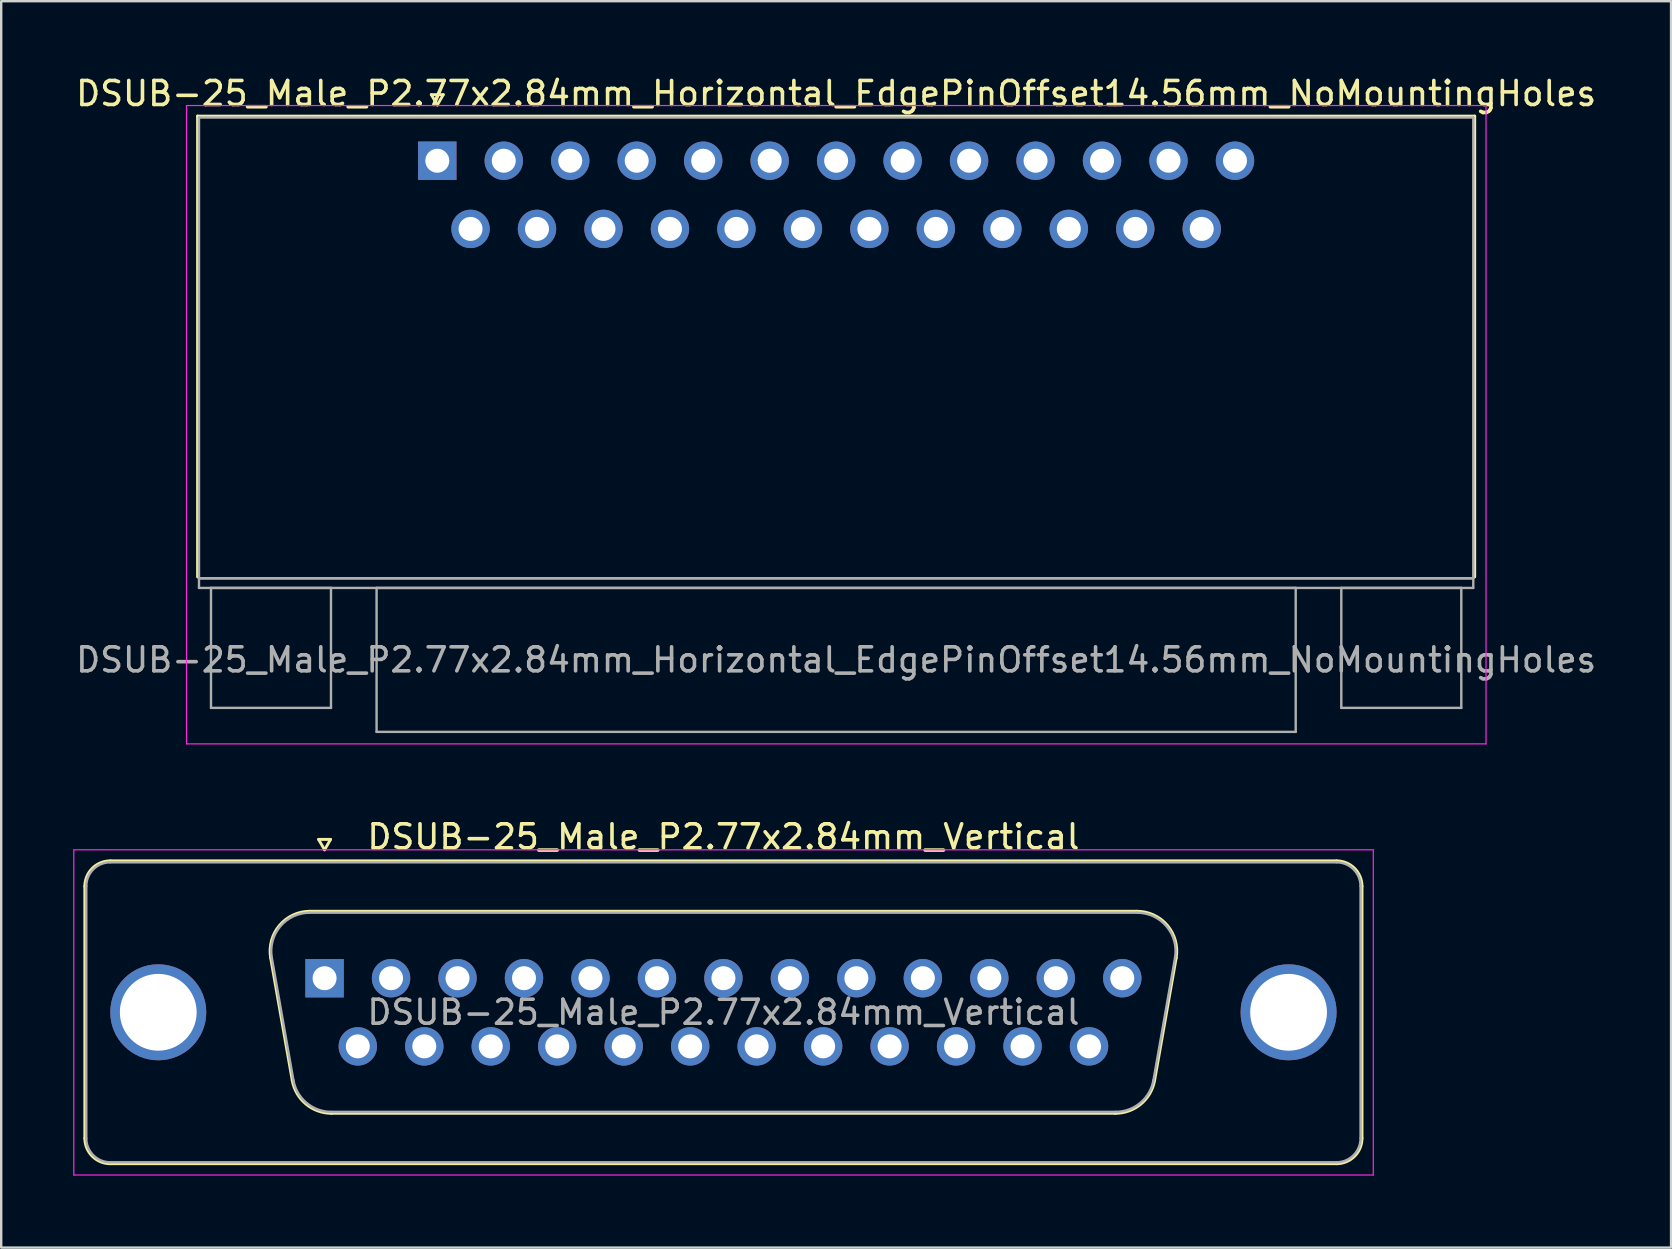
<source format=kicad_pcb>
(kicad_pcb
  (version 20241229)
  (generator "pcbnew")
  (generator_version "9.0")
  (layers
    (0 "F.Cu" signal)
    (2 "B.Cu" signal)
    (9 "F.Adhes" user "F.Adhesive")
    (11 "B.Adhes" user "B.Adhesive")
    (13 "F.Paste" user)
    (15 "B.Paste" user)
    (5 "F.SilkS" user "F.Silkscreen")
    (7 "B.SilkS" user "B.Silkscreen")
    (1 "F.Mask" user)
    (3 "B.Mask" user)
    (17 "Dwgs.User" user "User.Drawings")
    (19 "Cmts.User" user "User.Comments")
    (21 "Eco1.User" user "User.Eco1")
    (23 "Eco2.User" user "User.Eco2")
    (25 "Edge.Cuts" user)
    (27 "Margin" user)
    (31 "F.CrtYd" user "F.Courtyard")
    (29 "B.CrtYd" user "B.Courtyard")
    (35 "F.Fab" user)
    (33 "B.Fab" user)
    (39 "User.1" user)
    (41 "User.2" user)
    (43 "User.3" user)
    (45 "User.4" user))
  (footprint "DSUB-25_Male_P2.77x2.84mm_Vertical"
    (layer "F.Cu")
    (at 10.475 37.712)
    (property "Reference" "DSUB-25_Male_P2.77x2.84mm_Vertical" (at 16.62 -5.89 0) (layer "F.SilkS") (effects (font (size 1 1) (thickness 0.15))))
    (attr through_hole)
    (fp_line (start -9.99 6.67) (end -9.99 -3.83) (stroke (width 0.12) (type solid)) (layer "F.SilkS"))
    (fp_line (start -8.93 -4.89) (end 42.17 -4.89) (stroke (width 0.12) (type solid)) (layer "F.SilkS"))
    (fp_line (start -2.246 -0.842) (end -1.347 4.258) (stroke (width 0.12) (type solid)) (layer "F.SilkS"))
    (fp_line (start -0.612 -2.79) (end 33.852 -2.79) (stroke (width 0.12) (type solid)) (layer "F.SilkS"))
    (fp_line (start -0.25 -5.784) (end 0.25 -5.784) (stroke (width 0.12) (type solid)) (layer "F.SilkS"))
    (fp_line (start 0 -5.351) (end -0.25 -5.784) (stroke (width 0.12) (type solid)) (layer "F.SilkS"))
    (fp_line (start 0.25 -5.784) (end 0 -5.351) (stroke (width 0.12) (type solid)) (layer "F.SilkS"))
    (fp_line (start 0.288 5.63) (end 32.952 5.63) (stroke (width 0.12) (type solid)) (layer "F.SilkS"))
    (fp_line (start 35.486 -0.842) (end 34.587 4.258) (stroke (width 0.12) (type solid)) (layer "F.SilkS"))
    (fp_line (start 42.17 7.73) (end -8.93 7.73) (stroke (width 0.12) (type solid)) (layer "F.SilkS"))
    (fp_line (start 43.23 -3.83) (end 43.23 6.67) (stroke (width 0.12) (type solid)) (layer "F.SilkS"))
    (fp_arc (start -9.99 -3.83) (mid -9.679533 -4.579533) (end -8.93 -4.89) (stroke (width 0.12) (type solid)) (layer "F.SilkS"))
    (fp_arc (start -8.93 7.73) (mid -9.679533 7.419533) (end -9.99 6.67) (stroke (width 0.12) (type solid)) (layer "F.SilkS"))
    (fp_arc (start -2.24647 -0.841744) (mid -1.883323 -2.197028) (end -0.611689 -2.79) (stroke (width 0.12) (type solid)) (layer "F.SilkS"))
    (fp_arc (start 0.287579 5.63) (mid -0.779448 5.241634) (end -1.347202 4.258256) (stroke (width 0.12) (type solid)) (layer "F.SilkS"))
    (fp_arc (start 33.851689 -2.79) (mid 35.123323 -2.197027) (end 35.48647 -0.841744) (stroke (width 0.12) (type solid)) (layer "F.SilkS"))
    (fp_arc (start 34.587202 4.258256) (mid 34.019449 5.241634) (end 32.952421 5.63) (stroke (width 0.12) (type solid)) (layer "F.SilkS"))
    (fp_arc (start 42.17 -4.89) (mid 42.919533 -4.579533) (end 43.23 -3.83) (stroke (width 0.12) (type solid)) (layer "F.SilkS"))
    (fp_arc (start 43.23 6.67) (mid 42.919533 7.419533) (end 42.17 7.73) (stroke (width 0.12) (type solid)) (layer "F.SilkS"))
    (fp_line (start -10.45 -5.35) (end -10.45 8.2) (stroke (width 0.05) (type solid)) (layer "F.CrtYd"))
    (fp_line (start -10.45 8.2) (end 43.7 8.2) (stroke (width 0.05) (type solid)) (layer "F.CrtYd"))
    (fp_line (start 43.7 -5.35) (end -10.45 -5.35) (stroke (width 0.05) (type solid)) (layer "F.CrtYd"))
    (fp_line (start 43.7 8.2) (end 43.7 -5.35) (stroke (width 0.05) (type solid)) (layer "F.CrtYd"))
    (fp_line (start -9.93 6.67) (end -9.93 -3.83) (stroke (width 0.1) (type solid)) (layer "F.Fab"))
    (fp_line (start -8.93 -4.83) (end 42.17 -4.83) (stroke (width 0.1) (type solid)) (layer "F.Fab"))
    (fp_line (start -2.199 -0.852) (end -1.3 4.248) (stroke (width 0.1) (type solid)) (layer "F.Fab"))
    (fp_line (start -0.623 -2.73) (end 33.863 -2.73) (stroke (width 0.1) (type solid)) (layer "F.Fab"))
    (fp_line (start 0.276 5.57) (end 32.964 5.57) (stroke (width 0.1) (type solid)) (layer "F.Fab"))
    (fp_line (start 35.439 -0.852) (end 34.54 4.248) (stroke (width 0.1) (type solid)) (layer "F.Fab"))
    (fp_line (start 42.17 7.67) (end -8.93 7.67) (stroke (width 0.1) (type solid)) (layer "F.Fab"))
    (fp_line (start 43.17 -3.83) (end 43.17 6.67) (stroke (width 0.1) (type solid)) (layer "F.Fab"))
    (fp_arc (start -9.93 -3.83) (mid -9.637107 -4.537107) (end -8.93 -4.83) (stroke (width 0.1) (type solid)) (layer "F.Fab"))
    (fp_arc (start -8.93 7.67) (mid -9.637107 7.377107) (end -9.93 6.67) (stroke (width 0.1) (type solid)) (layer "F.Fab"))
    (fp_arc (start -2.198886 -0.852163) (mid -1.848865 -2.15846) (end -0.623194 -2.73) (stroke (width 0.1) (type solid)) (layer "F.Fab"))
    (fp_arc (start 0.276073 5.57) (mid -0.752387 5.195671) (end -1.299619 4.247837) (stroke (width 0.1) (type solid)) (layer "F.Fab"))
    (fp_arc (start 33.863194 -2.73) (mid 35.088865 -2.15846) (end 35.438886 -0.852163) (stroke (width 0.1) (type solid)) (layer "F.Fab"))
    (fp_arc (start 34.539619 4.247837) (mid 33.992387 5.195671) (end 32.963927 5.57) (stroke (width 0.1) (type solid)) (layer "F.Fab"))
    (fp_arc (start 42.17 -4.83) (mid 42.877107 -4.537107) (end 43.17 -3.83) (stroke (width 0.1) (type solid)) (layer "F.Fab"))
    (fp_arc (start 43.17 6.67) (mid 42.877107 7.377107) (end 42.17 7.67) (stroke (width 0.1) (type solid)) (layer "F.Fab"))
    (fp_text user "${REFERENCE}" (at 16.62 1.42 0) (layer "F.Fab") (effects (font (size 1 1) (thickness 0.15))))
    (pad "0" thru_hole circle (at -6.93 1.42) (size 4 4) (drill 3.2) (layers "*.Cu" "*.Mask"))
    (pad "0" thru_hole circle (at 40.17 1.42) (size 4 4) (drill 3.2) (layers "*.Cu" "*.Mask"))
    (pad "1" thru_hole rect (at 0 0) (size 1.6 1.6) (drill 1) (layers "*.Cu" "*.Mask"))
    (pad "2" thru_hole circle (at 2.77 0) (size 1.6 1.6) (drill 1) (layers "*.Cu" "*.Mask"))
    (pad "3" thru_hole circle (at 5.54 0) (size 1.6 1.6) (drill 1) (layers "*.Cu" "*.Mask"))
    (pad "4" thru_hole circle (at 8.31 0) (size 1.6 1.6) (drill 1) (layers "*.Cu" "*.Mask"))
    (pad "5" thru_hole circle (at 11.08 0) (size 1.6 1.6) (drill 1) (layers "*.Cu" "*.Mask"))
    (pad "6" thru_hole circle (at 13.85 0) (size 1.6 1.6) (drill 1) (layers "*.Cu" "*.Mask"))
    (pad "7" thru_hole circle (at 16.62 0) (size 1.6 1.6) (drill 1) (layers "*.Cu" "*.Mask"))
    (pad "8" thru_hole circle (at 19.39 0) (size 1.6 1.6) (drill 1) (layers "*.Cu" "*.Mask"))
    (pad "9" thru_hole circle (at 22.16 0) (size 1.6 1.6) (drill 1) (layers "*.Cu" "*.Mask"))
    (pad "10" thru_hole circle (at 24.93 0) (size 1.6 1.6) (drill 1) (layers "*.Cu" "*.Mask"))
    (pad "11" thru_hole circle (at 27.7 0) (size 1.6 1.6) (drill 1) (layers "*.Cu" "*.Mask"))
    (pad "12" thru_hole circle (at 30.47 0) (size 1.6 1.6) (drill 1) (layers "*.Cu" "*.Mask"))
    (pad "13" thru_hole circle (at 33.24 0) (size 1.6 1.6) (drill 1) (layers "*.Cu" "*.Mask"))
    (pad "14" thru_hole circle (at 1.385 2.84) (size 1.6 1.6) (drill 1) (layers "*.Cu" "*.Mask"))
    (pad "15" thru_hole circle (at 4.155 2.84) (size 1.6 1.6) (drill 1) (layers "*.Cu" "*.Mask"))
    (pad "16" thru_hole circle (at 6.925 2.84) (size 1.6 1.6) (drill 1) (layers "*.Cu" "*.Mask"))
    (pad "17" thru_hole circle (at 9.695 2.84) (size 1.6 1.6) (drill 1) (layers "*.Cu" "*.Mask"))
    (pad "18" thru_hole circle (at 12.465 2.84) (size 1.6 1.6) (drill 1) (layers "*.Cu" "*.Mask"))
    (pad "19" thru_hole circle (at 15.235 2.84) (size 1.6 1.6) (drill 1) (layers "*.Cu" "*.Mask"))
    (pad "20" thru_hole circle (at 18.005 2.84) (size 1.6 1.6) (drill 1) (layers "*.Cu" "*.Mask"))
    (pad "21" thru_hole circle (at 20.775 2.84) (size 1.6 1.6) (drill 1) (layers "*.Cu" "*.Mask"))
    (pad "22" thru_hole circle (at 23.545 2.84) (size 1.6 1.6) (drill 1) (layers "*.Cu" "*.Mask"))
    (pad "23" thru_hole circle (at 26.315 2.84) (size 1.6 1.6) (drill 1) (layers "*.Cu" "*.Mask"))
    (pad "24" thru_hole circle (at 29.085 2.84) (size 1.6 1.6) (drill 1) (layers "*.Cu" "*.Mask"))
    (pad "25" thru_hole circle (at 31.855 2.84) (size 1.6 1.6) (drill 1) (layers "*.Cu" "*.Mask")))
  (footprint "DSUB-25_Male_P2.77x2.84mm_Horizontal_EdgePinOffset14.56mm_NoMountingHoles"
    (layer "F.Cu")
    (at 15.172 3.648)
    (property "Reference" "DSUB-25_Male_P2.77x2.84mm_Horizontal_EdgePinOffset14.56mm_NoMountingHoles" (at 16.62 -2.8 0) (layer "F.SilkS") (effects (font (size 1 1) (thickness 0.15))))
    (attr through_hole)
    (fp_line (start -9.99 -1.86) (end 43.23 -1.86) (stroke (width 0.12) (type solid)) (layer "F.SilkS"))
    (fp_line (start -9.99 17.34) (end -9.99 -1.86) (stroke (width 0.12) (type solid)) (layer "F.SilkS"))
    (fp_line (start -0.25 -2.754) (end 0.25 -2.754) (stroke (width 0.12) (type solid)) (layer "F.SilkS"))
    (fp_line (start 0 -2.321) (end -0.25 -2.754) (stroke (width 0.12) (type solid)) (layer "F.SilkS"))
    (fp_line (start 0.25 -2.754) (end 0 -2.321) (stroke (width 0.12) (type solid)) (layer "F.SilkS"))
    (fp_line (start 43.23 -1.86) (end 43.23 17.34) (stroke (width 0.12) (type solid)) (layer "F.SilkS"))
    (fp_line (start -10.45 -2.3) (end -10.45 24.3) (stroke (width 0.05) (type solid)) (layer "F.CrtYd"))
    (fp_line (start -10.45 24.3) (end 43.7 24.3) (stroke (width 0.05) (type solid)) (layer "F.CrtYd"))
    (fp_line (start 43.7 -2.3) (end -10.45 -2.3) (stroke (width 0.05) (type solid)) (layer "F.CrtYd"))
    (fp_line (start 43.7 24.3) (end 43.7 -2.3) (stroke (width 0.05) (type solid)) (layer "F.CrtYd"))
    (fp_line (start -9.93 -1.8) (end -9.93 17.4) (stroke (width 0.1) (type solid)) (layer "F.Fab"))
    (fp_line (start -9.93 17.4) (end -9.93 17.8) (stroke (width 0.1) (type solid)) (layer "F.Fab"))
    (fp_line (start -9.93 17.4) (end 43.17 17.4) (stroke (width 0.1) (type solid)) (layer "F.Fab"))
    (fp_line (start -9.93 17.8) (end 43.17 17.8) (stroke (width 0.1) (type solid)) (layer "F.Fab"))
    (fp_line (start -9.43 17.8) (end -9.43 22.8) (stroke (width 0.1) (type solid)) (layer "F.Fab"))
    (fp_line (start -9.43 22.8) (end -4.43 22.8) (stroke (width 0.1) (type solid)) (layer "F.Fab"))
    (fp_line (start -4.43 17.8) (end -9.43 17.8) (stroke (width 0.1) (type solid)) (layer "F.Fab"))
    (fp_line (start -4.43 22.8) (end -4.43 17.8) (stroke (width 0.1) (type solid)) (layer "F.Fab"))
    (fp_line (start -2.53 17.8) (end -2.53 23.8) (stroke (width 0.1) (type solid)) (layer "F.Fab"))
    (fp_line (start -2.53 23.8) (end 35.77 23.8) (stroke (width 0.1) (type solid)) (layer "F.Fab"))
    (fp_line (start 35.77 17.8) (end -2.53 17.8) (stroke (width 0.1) (type solid)) (layer "F.Fab"))
    (fp_line (start 35.77 23.8) (end 35.77 17.8) (stroke (width 0.1) (type solid)) (layer "F.Fab"))
    (fp_line (start 37.67 17.8) (end 37.67 22.8) (stroke (width 0.1) (type solid)) (layer "F.Fab"))
    (fp_line (start 37.67 22.8) (end 42.67 22.8) (stroke (width 0.1) (type solid)) (layer "F.Fab"))
    (fp_line (start 42.67 17.8) (end 37.67 17.8) (stroke (width 0.1) (type solid)) (layer "F.Fab"))
    (fp_line (start 42.67 22.8) (end 42.67 17.8) (stroke (width 0.1) (type solid)) (layer "F.Fab"))
    (fp_line (start 43.17 -1.8) (end -9.93 -1.8) (stroke (width 0.1) (type solid)) (layer "F.Fab"))
    (fp_line (start 43.17 17.4) (end -9.93 17.4) (stroke (width 0.1) (type solid)) (layer "F.Fab"))
    (fp_line (start 43.17 17.4) (end 43.17 -1.8) (stroke (width 0.1) (type solid)) (layer "F.Fab"))
    (fp_line (start 43.17 17.8) (end 43.17 17.4) (stroke (width 0.1) (type solid)) (layer "F.Fab"))
    (fp_text user "${REFERENCE}" (at 16.62 20.8 0) (layer "F.Fab") (effects (font (size 1 1) (thickness 0.15))))
    (pad "1" thru_hole rect (at 0 0) (size 1.6 1.6) (drill 1) (layers "*.Cu" "*.Mask"))
    (pad "2" thru_hole circle (at 2.77 0) (size 1.6 1.6) (drill 1) (layers "*.Cu" "*.Mask"))
    (pad "3" thru_hole circle (at 5.54 0) (size 1.6 1.6) (drill 1) (layers "*.Cu" "*.Mask"))
    (pad "4" thru_hole circle (at 8.31 0) (size 1.6 1.6) (drill 1) (layers "*.Cu" "*.Mask"))
    (pad "5" thru_hole circle (at 11.08 0) (size 1.6 1.6) (drill 1) (layers "*.Cu" "*.Mask"))
    (pad "6" thru_hole circle (at 13.85 0) (size 1.6 1.6) (drill 1) (layers "*.Cu" "*.Mask"))
    (pad "7" thru_hole circle (at 16.62 0) (size 1.6 1.6) (drill 1) (layers "*.Cu" "*.Mask"))
    (pad "8" thru_hole circle (at 19.39 0) (size 1.6 1.6) (drill 1) (layers "*.Cu" "*.Mask"))
    (pad "9" thru_hole circle (at 22.16 0) (size 1.6 1.6) (drill 1) (layers "*.Cu" "*.Mask"))
    (pad "10" thru_hole circle (at 24.93 0) (size 1.6 1.6) (drill 1) (layers "*.Cu" "*.Mask"))
    (pad "11" thru_hole circle (at 27.7 0) (size 1.6 1.6) (drill 1) (layers "*.Cu" "*.Mask"))
    (pad "12" thru_hole circle (at 30.47 0) (size 1.6 1.6) (drill 1) (layers "*.Cu" "*.Mask"))
    (pad "13" thru_hole circle (at 33.24 0) (size 1.6 1.6) (drill 1) (layers "*.Cu" "*.Mask"))
    (pad "14" thru_hole circle (at 1.385 2.84) (size 1.6 1.6) (drill 1) (layers "*.Cu" "*.Mask"))
    (pad "15" thru_hole circle (at 4.155 2.84) (size 1.6 1.6) (drill 1) (layers "*.Cu" "*.Mask"))
    (pad "16" thru_hole circle (at 6.925 2.84) (size 1.6 1.6) (drill 1) (layers "*.Cu" "*.Mask"))
    (pad "17" thru_hole circle (at 9.695 2.84) (size 1.6 1.6) (drill 1) (layers "*.Cu" "*.Mask"))
    (pad "18" thru_hole circle (at 12.465 2.84) (size 1.6 1.6) (drill 1) (layers "*.Cu" "*.Mask"))
    (pad "19" thru_hole circle (at 15.235 2.84) (size 1.6 1.6) (drill 1) (layers "*.Cu" "*.Mask"))
    (pad "20" thru_hole circle (at 18.005 2.84) (size 1.6 1.6) (drill 1) (layers "*.Cu" "*.Mask"))
    (pad "21" thru_hole circle (at 20.775 2.84) (size 1.6 1.6) (drill 1) (layers "*.Cu" "*.Mask"))
    (pad "22" thru_hole circle (at 23.545 2.84) (size 1.6 1.6) (drill 1) (layers "*.Cu" "*.Mask"))
    (pad "23" thru_hole circle (at 26.315 2.84) (size 1.6 1.6) (drill 1) (layers "*.Cu" "*.Mask"))
    (pad "24" thru_hole circle (at 29.085 2.84) (size 1.6 1.6) (drill 1) (layers "*.Cu" "*.Mask"))
    (pad "25" thru_hole circle (at 31.855 2.84) (size 1.6 1.6) (drill 1) (layers "*.Cu" "*.Mask")))
  (gr_rect
    (start -3 -3)
    (end 66.583 48.937)
    (stroke (width 0.1) (type default))
    (fill no)
    (layer "Edge.Cuts")))
</source>
